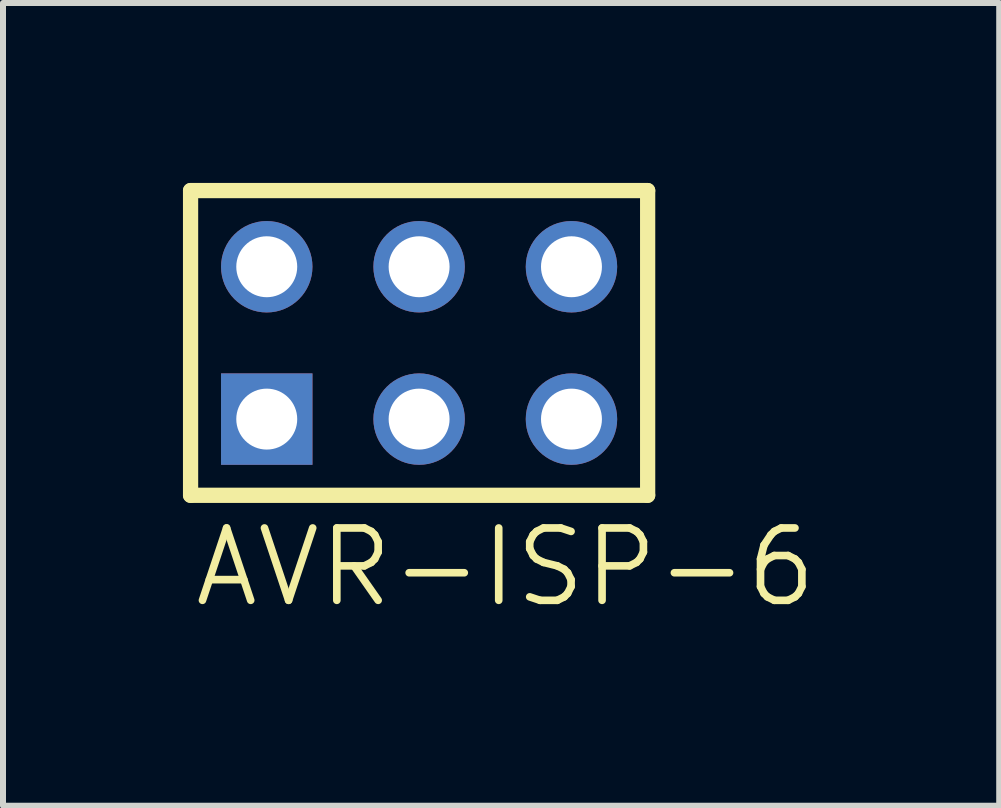
<source format=kicad_pcb>
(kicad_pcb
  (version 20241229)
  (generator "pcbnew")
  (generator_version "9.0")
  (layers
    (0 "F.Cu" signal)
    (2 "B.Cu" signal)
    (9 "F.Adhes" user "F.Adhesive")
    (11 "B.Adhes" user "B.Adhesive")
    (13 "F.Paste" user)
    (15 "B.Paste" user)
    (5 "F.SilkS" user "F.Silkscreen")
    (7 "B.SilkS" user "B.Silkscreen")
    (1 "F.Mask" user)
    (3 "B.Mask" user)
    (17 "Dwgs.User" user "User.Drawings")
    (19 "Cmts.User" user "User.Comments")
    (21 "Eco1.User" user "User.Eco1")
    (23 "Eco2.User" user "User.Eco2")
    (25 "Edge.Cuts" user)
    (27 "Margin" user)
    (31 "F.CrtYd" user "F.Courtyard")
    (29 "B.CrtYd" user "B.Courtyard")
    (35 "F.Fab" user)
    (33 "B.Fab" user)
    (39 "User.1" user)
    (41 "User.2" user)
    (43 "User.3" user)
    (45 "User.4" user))
  (footprint "AVR-ISP-6"
    (layer "F.Cu")
    (at 3.937 2.667)
    (property "Reference" "AVR-ISP-6" (at -3.81 4.445 0) (layer "F.SilkS") (effects (font (size 1.206 1.206) (thickness 0.127)) (justify left bottom)))
    (attr through_hole)
    (fp_line (start -3.81 -2.54) (end 3.81 -2.54) (stroke (width 0.254) (type solid)) (layer "F.SilkS"))
    (fp_line (start -3.81 2.54) (end -3.81 -2.54) (stroke (width 0.254) (type solid)) (layer "F.SilkS"))
    (fp_line (start 3.81 -2.54) (end 3.81 2.54) (stroke (width 0.254) (type solid)) (layer "F.SilkS"))
    (fp_line (start 3.81 2.54) (end -3.81 2.54) (stroke (width 0.254) (type solid)) (layer "F.SilkS"))
    (fp_poly (pts (xy -2.794 -1.016) (xy -2.286 -1.016) (xy -2.286 -1.524) (xy -2.794 -1.524)) (stroke (width 0.1) (type solid)) (fill no) (layer "Dwgs.User"))
    (fp_poly (pts (xy -2.794 1.524) (xy -2.286 1.524) (xy -2.286 1.016) (xy -2.794 1.016)) (stroke (width 0.1) (type solid)) (fill no) (layer "Dwgs.User"))
    (fp_poly (pts (xy -0.254 -1.016) (xy 0.254 -1.016) (xy 0.254 -1.524) (xy -0.254 -1.524)) (stroke (width 0.1) (type solid)) (fill no) (layer "Dwgs.User"))
    (fp_poly (pts (xy -0.254 1.524) (xy 0.254 1.524) (xy 0.254 1.016) (xy -0.254 1.016)) (stroke (width 0.1) (type solid)) (fill no) (layer "Dwgs.User"))
    (fp_poly (pts (xy 2.286 -1.016) (xy 2.794 -1.016) (xy 2.794 -1.524) (xy 2.286 -1.524)) (stroke (width 0.1) (type solid)) (fill no) (layer "Dwgs.User"))
    (fp_poly (pts (xy 2.286 1.524) (xy 2.794 1.524) (xy 2.794 1.016) (xy 2.286 1.016)) (stroke (width 0.1) (type solid)) (fill no) (layer "Dwgs.User"))
    (pad "1" thru_hole rect (at -2.54 1.27) (size 1.524 1.524) (drill 1.016) (layers "*.Cu" "*.Mask"))
    (pad "2" thru_hole circle (at -2.54 -1.27) (size 1.524 1.524) (drill 1.016) (layers "*.Cu" "*.Mask"))
    (pad "3" thru_hole circle (at 0 1.27) (size 1.524 1.524) (drill 1.016) (layers "*.Cu" "*.Mask"))
    (pad "4" thru_hole circle (at 0 -1.27) (size 1.524 1.524) (drill 1.016) (layers "*.Cu" "*.Mask"))
    (pad "5" thru_hole circle (at 2.54 1.27) (size 1.524 1.524) (drill 1.016) (layers "*.Cu" "*.Mask"))
    (pad "6" thru_hole circle (at 2.54 -1.27) (size 1.524 1.524) (drill 1.016) (layers "*.Cu" "*.Mask")))
  (gr_rect
    (start -3 -3)
    (end 13.608 10.382)
    (stroke (width 0.1) (type default))
    (fill no)
    (layer "Edge.Cuts")))
</source>
